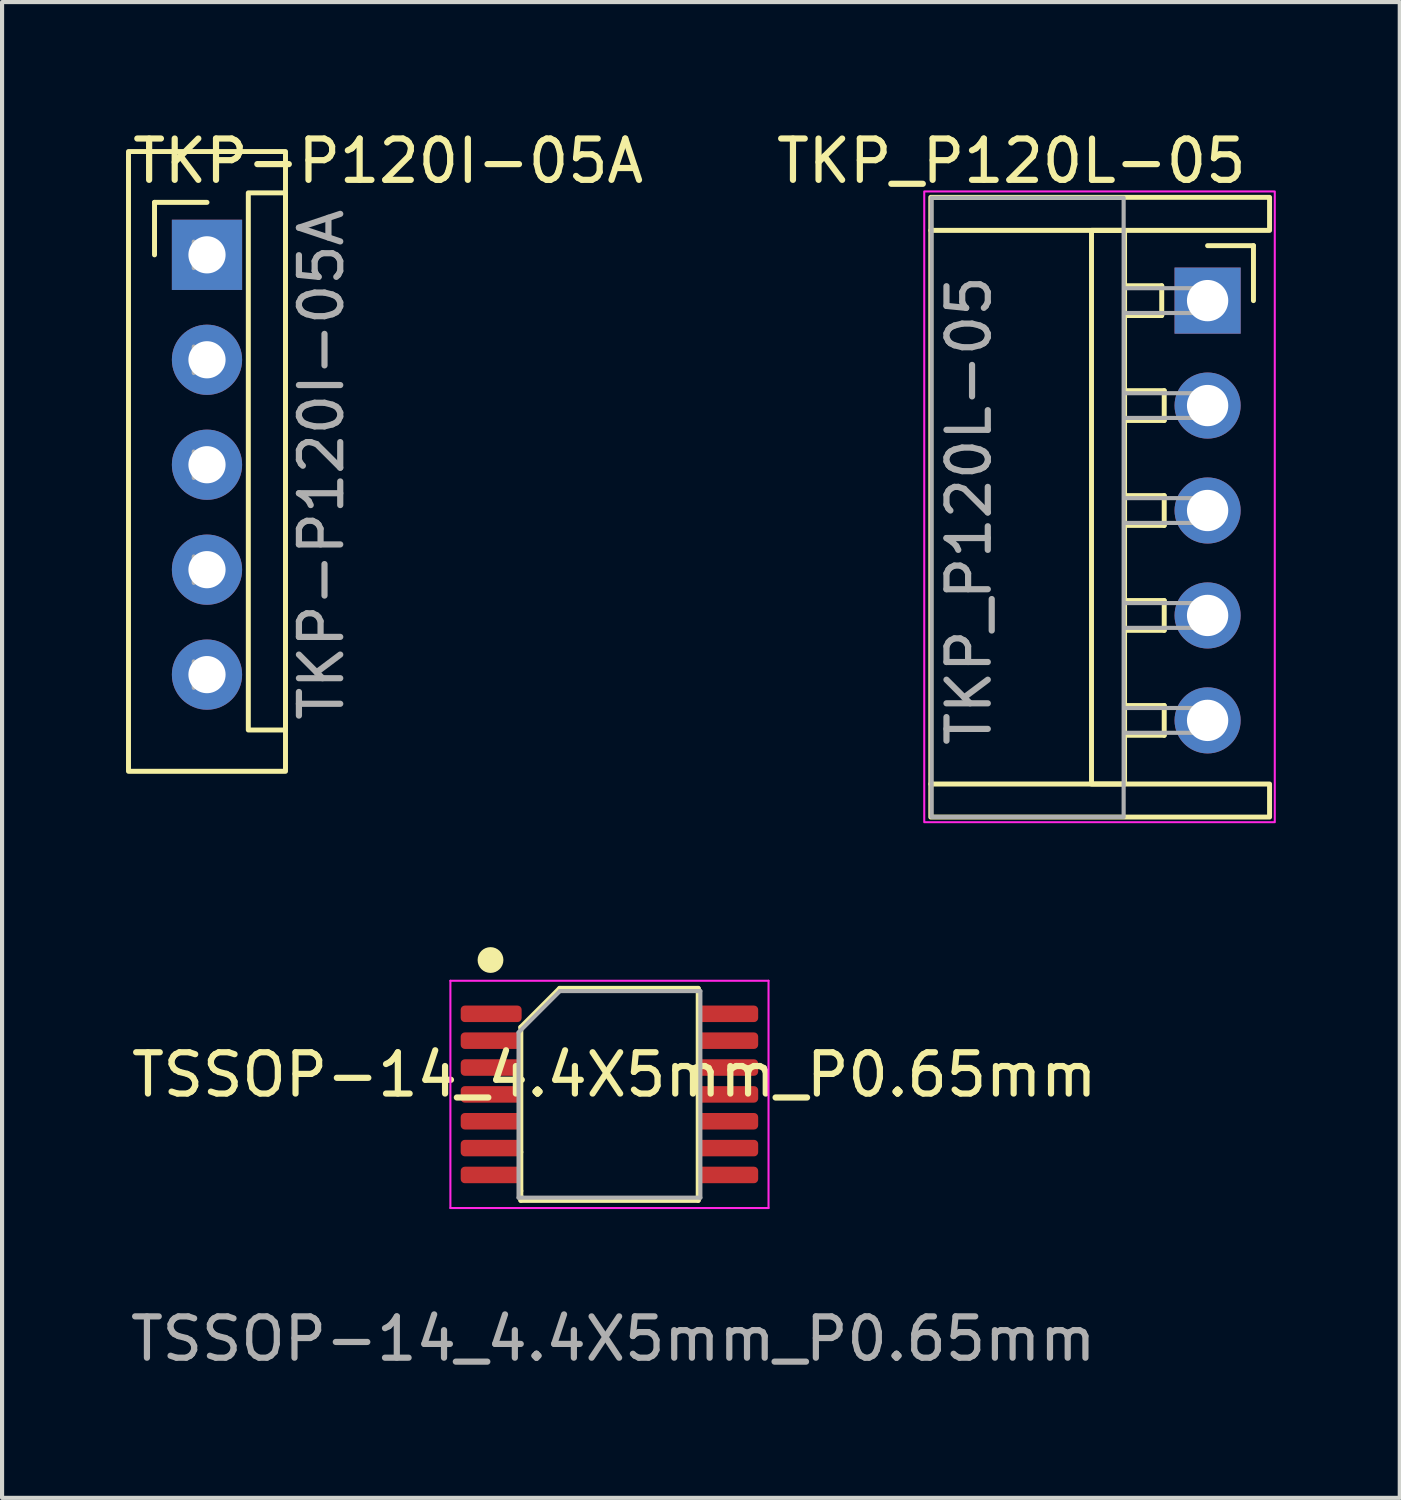
<source format=kicad_pcb>
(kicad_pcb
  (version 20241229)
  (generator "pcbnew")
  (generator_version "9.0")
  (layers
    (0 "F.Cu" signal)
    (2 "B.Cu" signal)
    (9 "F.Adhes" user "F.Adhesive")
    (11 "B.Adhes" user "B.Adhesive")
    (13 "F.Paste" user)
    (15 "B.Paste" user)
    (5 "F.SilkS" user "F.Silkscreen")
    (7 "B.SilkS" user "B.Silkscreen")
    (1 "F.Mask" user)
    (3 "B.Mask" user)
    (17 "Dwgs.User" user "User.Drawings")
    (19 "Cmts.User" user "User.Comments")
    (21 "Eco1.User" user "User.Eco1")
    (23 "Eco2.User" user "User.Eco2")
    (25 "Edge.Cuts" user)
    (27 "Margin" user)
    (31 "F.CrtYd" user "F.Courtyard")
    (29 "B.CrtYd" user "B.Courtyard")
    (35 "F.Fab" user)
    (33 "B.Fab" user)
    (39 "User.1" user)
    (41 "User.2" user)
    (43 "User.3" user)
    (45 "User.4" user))
  (footprint "TSSOP-14_4.4X5mm_P0.65mm"
    (layer "F.Cu")
    (at 11.817 23.463)
    (property "Reference" "TSSOP-14_4.4X5mm_P0.65mm" (at 0 -0.5 0) (unlocked yes) (layer "F.SilkS") (effects (font (size 1 1) (thickness 0.15))))
    (attr smd)
    (fp_line (start -2.261 -1.651) (end -2.261 1.372) (stroke (width 0.12) (type default)) (layer "F.SilkS"))
    (fp_line (start -2.261 1.372) (end -2.261 2.311) (stroke (width 0.12) (type default)) (layer "F.SilkS"))
    (fp_line (start -2.261 2.311) (end -2.261 2.438) (stroke (width 0.12) (type default)) (layer "F.SilkS"))
    (fp_line (start -2.261 2.438) (end -2.261 2.54) (stroke (width 0.12) (type default)) (layer "F.SilkS"))
    (fp_line (start -2.261 2.54) (end 2.032 2.54) (stroke (width 0.12) (type default)) (layer "F.SilkS"))
    (fp_line (start -1.321 -2.591) (end -2.261 -1.651) (stroke (width 0.12) (type default)) (layer "F.SilkS"))
    (fp_line (start -1.321 -2.591) (end 2.032 -2.591) (stroke (width 0.12) (type default)) (layer "F.SilkS"))
    (fp_line (start 2.032 -2.591) (end 2.032 2.464) (stroke (width 0.12) (type default)) (layer "F.SilkS"))
    (fp_line (start 2.032 2.54) (end 2.032 2.464) (stroke (width 0.12) (type default)) (layer "F.SilkS"))
    (fp_circle (center -2.995 -3.277) (end -2.743 -3.277) (stroke (width 0.12) (type solid)) (fill yes) (layer "F.SilkS"))
    (fp_line (start -3.966 -2.775) (end -3.966 2.725) (stroke (width 0.05) (type solid)) (layer "F.CrtYd"))
    (fp_line (start -3.966 2.725) (end 3.734 2.725) (stroke (width 0.05) (type solid)) (layer "F.CrtYd"))
    (fp_line (start 3.734 -2.775) (end -3.966 -2.775) (stroke (width 0.05) (type solid)) (layer "F.CrtYd"))
    (fp_line (start 3.734 2.725) (end 3.734 -2.775) (stroke (width 0.05) (type solid)) (layer "F.CrtYd"))
    (fp_line (start -2.316 -1.525) (end -1.316 -2.525) (stroke (width 0.1) (type solid)) (layer "F.Fab"))
    (fp_line (start -2.316 2.475) (end -2.316 -1.525) (stroke (width 0.1) (type solid)) (layer "F.Fab"))
    (fp_line (start -1.316 -2.525) (end 2.084 -2.525) (stroke (width 0.1) (type solid)) (layer "F.Fab"))
    (fp_line (start 2.084 -2.525) (end 2.084 2.475) (stroke (width 0.1) (type solid)) (layer "F.Fab"))
    (fp_line (start 2.084 2.475) (end -2.316 2.475) (stroke (width 0.1) (type solid)) (layer "F.Fab"))
    (fp_text user "${REFERENCE}" (at -0.025 5.893 0) (unlocked yes) (layer "F.Fab") (effects (font (size 1 1) (thickness 0.15))))
    (pad "1" smd roundrect (at -2.979 -1.975) (size 1.475 0.4) (layers "F.Cu" "F.Mask" "F.Paste") (roundrect_rratio 0.25))
    (pad "2" smd roundrect (at -2.979 -1.325) (size 1.475 0.4) (layers "F.Cu" "F.Mask" "F.Paste") (roundrect_rratio 0.25))
    (pad "3" smd roundrect (at -2.979 -0.675) (size 1.475 0.4) (layers "F.Cu" "F.Mask" "F.Paste") (roundrect_rratio 0.25))
    (pad "4" smd roundrect (at -2.979 -0.025) (size 1.475 0.4) (layers "F.Cu" "F.Mask" "F.Paste") (roundrect_rratio 0.25))
    (pad "5" smd roundrect (at -2.979 0.625) (size 1.475 0.4) (layers "F.Cu" "F.Mask" "F.Paste") (roundrect_rratio 0.25))
    (pad "6" smd roundrect (at -2.979 1.275) (size 1.475 0.4) (layers "F.Cu" "F.Mask" "F.Paste") (roundrect_rratio 0.25))
    (pad "7" smd roundrect (at -2.979 1.925) (size 1.475 0.4) (layers "F.Cu" "F.Mask" "F.Paste") (roundrect_rratio 0.25))
    (pad "8" smd roundrect (at 2.746 1.925) (size 1.475 0.4) (layers "F.Cu" "F.Mask" "F.Paste") (roundrect_rratio 0.25))
    (pad "9" smd roundrect (at 2.746 1.275) (size 1.475 0.4) (layers "F.Cu" "F.Mask" "F.Paste") (roundrect_rratio 0.25))
    (pad "10" smd roundrect (at 2.746 0.625) (size 1.475 0.4) (layers "F.Cu" "F.Mask" "F.Paste") (roundrect_rratio 0.25))
    (pad "11" smd roundrect (at 2.746 -0.025) (size 1.475 0.4) (layers "F.Cu" "F.Mask" "F.Paste") (roundrect_rratio 0.25))
    (pad "12" smd roundrect (at 2.746 -0.675) (size 1.475 0.4) (layers "F.Cu" "F.Mask" "F.Paste") (roundrect_rratio 0.25))
    (pad "13" smd roundrect (at 2.746 -1.325) (size 1.475 0.4) (layers "F.Cu" "F.Mask" "F.Paste") (roundrect_rratio 0.25))
    (pad "14" smd roundrect (at 2.746 -1.975) (size 1.475 0.4) (layers "F.Cu" "F.Mask" "F.Paste") (roundrect_rratio 0.25)))
  (footprint "TKP-P120I-05A"
    (layer "F.Cu")
    (at 1.96 3.118)
    (property "Reference" "TKP-P120I-05A" (at 4.385 -2.27 0) (layer "F.SilkS") (effects (font (size 1 1) (thickness 0.15))))
    (attr through_hole)
    (fp_line (start -1.27 -1.27) (end 0 -1.27) (stroke (width 0.12) (type solid)) (layer "F.SilkS"))
    (fp_line (start -1.27 0) (end -1.27 -1.27) (stroke (width 0.12) (type solid)) (layer "F.SilkS"))
    (fp_rect (start -1.9 -2.5) (end 1.9 12.5) (stroke (width 0.12) (type default)) (fill no) (layer "F.SilkS"))
    (fp_rect (start 1 -1.5) (end 1.9 11.5) (stroke (width 0.12) (type default)) (fill no) (layer "F.SilkS"))
    (fp_line (start -0.32 -0.32) (end -0.32 0.32) (stroke (width 0.1) (type solid)) (layer "F.Fab"))
    (fp_line (start -0.32 2.22) (end -0.32 2.86) (stroke (width 0.1) (type solid)) (layer "F.Fab"))
    (fp_line (start -0.32 4.76) (end -0.32 5.4) (stroke (width 0.1) (type solid)) (layer "F.Fab"))
    (fp_line (start -0.32 7.3) (end -0.32 7.94) (stroke (width 0.1) (type solid)) (layer "F.Fab"))
    (fp_line (start -0.32 9.84) (end -0.32 10.48) (stroke (width 0.1) (type solid)) (layer "F.Fab"))
    (fp_text user "${REFERENCE}" (at 2.77 5.08 90) (layer "F.Fab") (effects (font (size 1 1) (thickness 0.15))))
    (pad "1" thru_hole rect (at 0 0) (size 1.7 1.7) (drill 0.9) (layers "*.Cu" "*.Mask"))
    (pad "2" thru_hole oval (at 0 2.54) (size 1.7 1.7) (drill 0.9) (layers "*.Cu" "*.Mask"))
    (pad "3" thru_hole oval (at 0 5.08) (size 1.7 1.7) (drill 0.9) (layers "*.Cu" "*.Mask"))
    (pad "4" thru_hole oval (at 0 7.62) (size 1.7 1.7) (drill 0.9) (layers "*.Cu" "*.Mask"))
    (pad "5" thru_hole oval (at 0 10.16) (size 1.7 1.7) (drill 0.9) (layers "*.Cu" "*.Mask")))
  (footprint "TKP_P120L-05"
    (layer "F.Cu")
    (at 26.178 4.226)
    (property "Reference" "TKP_P120L-05" (at -4.75 -3.378 0) (layer "F.SilkS") (effects (font (size 1 1) (thickness 0.15))))
    (attr through_hole)
    (fp_line (start -6.7 -1.7) (end -6.7 11.7) (stroke (width 0.12) (type default)) (layer "F.SilkS"))
    (fp_line (start -2.01 -0.36) (end -2.01 0.36) (stroke (width 0.12) (type solid)) (layer "F.SilkS"))
    (fp_line (start -2.01 -0.36) (end -1.11 -0.36) (stroke (width 0.12) (type solid)) (layer "F.SilkS"))
    (fp_line (start -2.01 0.36) (end -1.11 0.36) (stroke (width 0.12) (type solid)) (layer "F.SilkS"))
    (fp_line (start -2.01 2.18) (end -1.05 2.18) (stroke (width 0.12) (type solid)) (layer "F.SilkS"))
    (fp_line (start -2.01 2.9) (end -2.01 2.18) (stroke (width 0.12) (type solid)) (layer "F.SilkS"))
    (fp_line (start -2.01 2.9) (end -1.05 2.9) (stroke (width 0.12) (type solid)) (layer "F.SilkS"))
    (fp_line (start -2.01 4.72) (end -2.01 5.44) (stroke (width 0.12) (type solid)) (layer "F.SilkS"))
    (fp_line (start -2.01 4.72) (end -1.05 4.72) (stroke (width 0.12) (type solid)) (layer "F.SilkS"))
    (fp_line (start -2.01 5.44) (end -1.05 5.44) (stroke (width 0.12) (type solid)) (layer "F.SilkS"))
    (fp_line (start -2.01 7.26) (end -2.01 7.98) (stroke (width 0.12) (type solid)) (layer "F.SilkS"))
    (fp_line (start -2.01 7.26) (end -1.05 7.26) (stroke (width 0.12) (type solid)) (layer "F.SilkS"))
    (fp_line (start -2.01 7.98) (end -1.05 7.98) (stroke (width 0.12) (type solid)) (layer "F.SilkS"))
    (fp_line (start -2.01 9.8) (end -2.01 10.52) (stroke (width 0.12) (type solid)) (layer "F.SilkS"))
    (fp_line (start -2.01 9.8) (end -1.05 9.8) (stroke (width 0.12) (type solid)) (layer "F.SilkS"))
    (fp_line (start -2.01 10.52) (end -1.05 10.52) (stroke (width 0.12) (type solid)) (layer "F.SilkS"))
    (fp_line (start -1.11 -0.36) (end -1.11 0.36) (stroke (width 0.12) (type solid)) (layer "F.SilkS"))
    (fp_line (start -1.05 2.18) (end -1.05 2.9) (stroke (width 0.12) (type solid)) (layer "F.SilkS"))
    (fp_line (start -1.05 5.44) (end -1.05 4.72) (stroke (width 0.12) (type solid)) (layer "F.SilkS"))
    (fp_line (start -1.05 7.26) (end -1.05 7.98) (stroke (width 0.12) (type solid)) (layer "F.SilkS"))
    (fp_line (start -1.05 9.8) (end -1.05 10.52) (stroke (width 0.12) (type solid)) (layer "F.SilkS"))
    (fp_line (start 0 -1.33) (end 1.11 -1.33) (stroke (width 0.12) (type solid)) (layer "F.SilkS"))
    (fp_line (start 1.11 -1.33) (end 1.11 0) (stroke (width 0.12) (type solid)) (layer "F.SilkS"))
    (fp_rect (start -6.7 -1.7) (end 1.5 -2.5) (stroke (width 0.12) (type default)) (fill no) (layer "F.SilkS"))
    (fp_rect (start -6.7 12.5) (end 1.5 11.7) (stroke (width 0.12) (type default)) (fill no) (layer "F.SilkS"))
    (fp_rect (start -2.81 -1.7) (end -2.01 11.7) (stroke (width 0.12) (type default)) (fill no) (layer "F.SilkS"))
    (fp_rect (start -6.858 -2.642) (end 1.626 12.624) (stroke (width 0.05) (type default)) (fill no) (layer "F.CrtYd"))
    (fp_line (start -2.01 0.3) (end 0 0.3) (stroke (width 0.1) (type solid)) (layer "F.Fab"))
    (fp_line (start -2.01 2.84) (end 0 2.84) (stroke (width 0.1) (type solid)) (layer "F.Fab"))
    (fp_line (start -2.01 5.38) (end 0 5.38) (stroke (width 0.1) (type solid)) (layer "F.Fab"))
    (fp_line (start -2.01 7.92) (end 0 7.92) (stroke (width 0.1) (type solid)) (layer "F.Fab"))
    (fp_line (start -2.01 10.46) (end 0 10.46) (stroke (width 0.1) (type solid)) (layer "F.Fab"))
    (fp_line (start 0 -0.3) (end -2.01 -0.3) (stroke (width 0.1) (type solid)) (layer "F.Fab"))
    (fp_line (start 0 0.3) (end 0 -0.3) (stroke (width 0.1) (type solid)) (layer "F.Fab"))
    (fp_line (start 0 2.24) (end -2.01 2.24) (stroke (width 0.1) (type solid)) (layer "F.Fab"))
    (fp_line (start 0 2.84) (end 0 2.24) (stroke (width 0.1) (type solid)) (layer "F.Fab"))
    (fp_line (start 0 4.78) (end -2.01 4.78) (stroke (width 0.1) (type solid)) (layer "F.Fab"))
    (fp_line (start 0 5.38) (end 0 4.78) (stroke (width 0.1) (type solid)) (layer "F.Fab"))
    (fp_line (start 0 7.32) (end -2.01 7.32) (stroke (width 0.1) (type solid)) (layer "F.Fab"))
    (fp_line (start 0 7.92) (end 0 7.32) (stroke (width 0.1) (type solid)) (layer "F.Fab"))
    (fp_line (start 0 9.86) (end -2.01 9.86) (stroke (width 0.1) (type solid)) (layer "F.Fab"))
    (fp_line (start 0 10.46) (end 0 9.86) (stroke (width 0.1) (type solid)) (layer "F.Fab"))
    (fp_rect (start -6.68 -2.489) (end -2.032 12.497) (stroke (width 0.1) (type solid)) (fill no) (layer "F.Fab"))
    (fp_text user "${REFERENCE}" (at -5.775 5.08 90) (layer "F.Fab") (effects (font (size 1 1) (thickness 0.15))))
    (pad "1" thru_hole rect (at 0 0) (size 1.6 1.6) (drill 1) (layers "*.Cu" "*.Mask"))
    (pad "2" thru_hole oval (at 0 2.54) (size 1.6 1.6) (drill 1) (layers "*.Cu" "*.Mask"))
    (pad "3" thru_hole oval (at 0 5.08) (size 1.6 1.6) (drill 1) (layers "*.Cu" "*.Mask"))
    (pad "4" thru_hole oval (at 0 7.62) (size 1.6 1.6) (drill 1) (layers "*.Cu" "*.Mask"))
    (pad "5" thru_hole oval (at 0 10.16) (size 1.6 1.6) (drill 1) (layers "*.Cu" "*.Mask")))
  (gr_rect
    (start -3 -3)
    (end 30.829 33.204)
    (stroke (width 0.1) (type default))
    (fill no)
    (layer "Edge.Cuts")))
</source>
